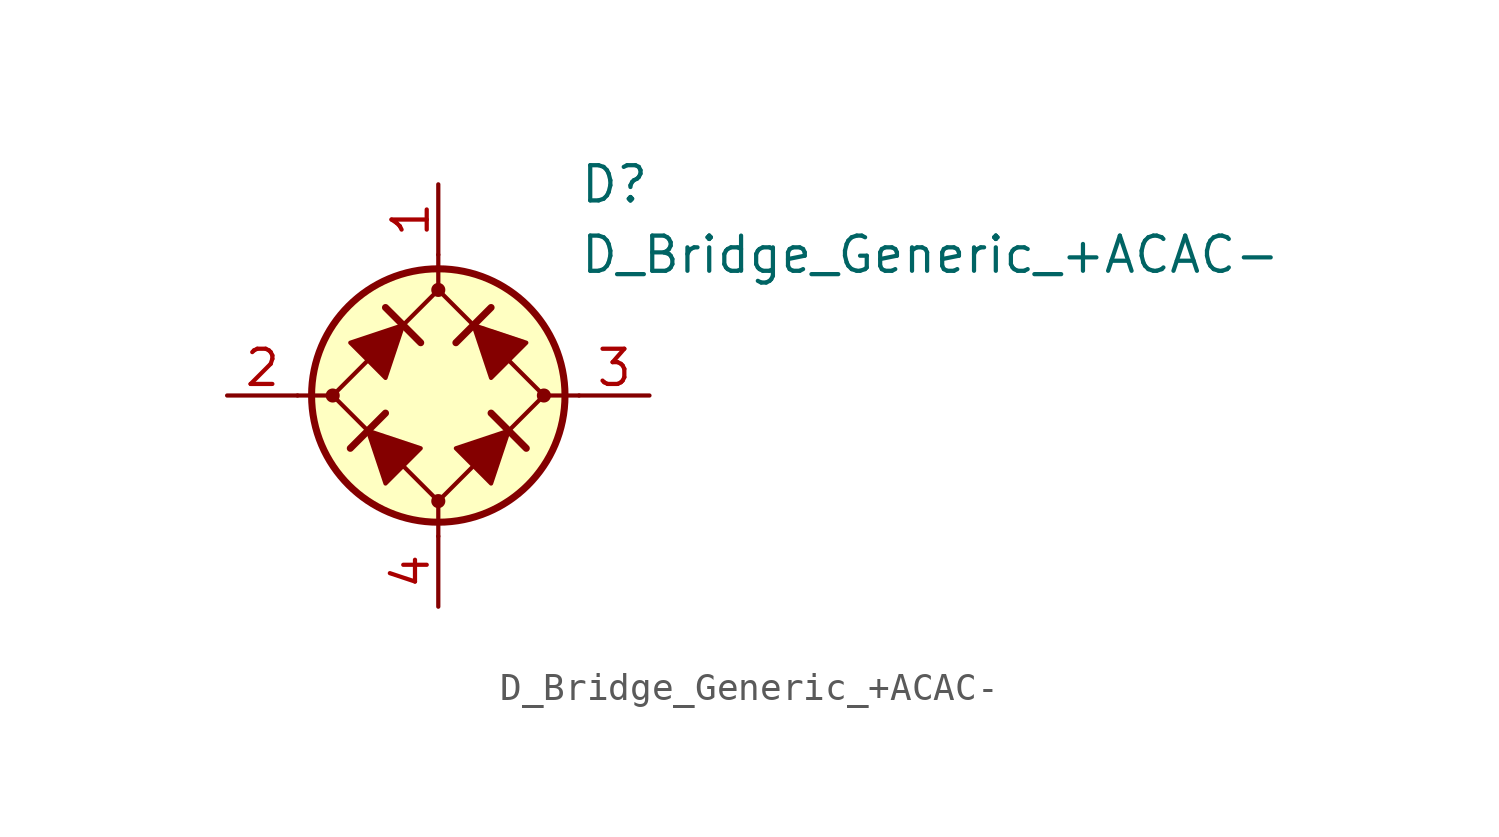
<source format=kicad_sym>
(kicad_symbol_lib
  (version 20201005)
  (generator kicad_symbol_editor)
  (symbol "Diode_Bridge_AKL:D_Bridge_Generic_+ACAC-"
    (pin_names
      (offset 1.016) hide)
    (property "Reference" "D"
      (at 5.08 7.62 0)
      (effects (font (size 1.27 1.27)) (justify left)))
    (property "Value" "D_Bridge_Generic_+ACAC-"
      (at 5.08 5.08 0)
      (effects (font (size 1.27 1.27)) (justify left)))
    (symbol "D_Bridge_Generic_+ACAC-_0_1"
      (circle (center -3.81 0) (radius 0.178) (stroke (width 0)) (fill (type outline)))
      (circle (center 0 0) (radius 4.572) (stroke (width 0.254)) (fill (type background)))
      (polyline (pts (xy -5.08 0) (xy -3.81 0)) (stroke (width 0)) (fill (type none)))
      (polyline (pts (xy -1.905 -0.635) (xy -3.175 -1.905)) (stroke (width 0.254)) (fill (type none)))
      (polyline (pts (xy -1.905 3.175) (xy -0.635 1.905)) (stroke (width 0.254)) (fill (type none)))
      (polyline (pts (xy 0 -5.08) (xy 0 -3.81)) (stroke (width 0)) (fill (type none)))
      (polyline (pts (xy 0 5.08) (xy 0 3.81)) (stroke (width 0)) (fill (type none)))
      (polyline (pts (xy 1.905 3.175) (xy 0.635 1.905)) (stroke (width 0.254)) (fill (type none)))
      (polyline (pts (xy 3.175 -1.905) (xy 1.905 -0.635)) (stroke (width 0.254)) (fill (type none)))
      (polyline (pts (xy 5.08 0) (xy 3.81 0)) (stroke (width 0)) (fill (type none)))
      (polyline (pts (xy 0 3.81) (xy -3.81 0) (xy 0 -3.81) (xy 3.81 0) (xy 0 3.81)) (stroke (width 0)) (fill (type none)))
      (polyline (pts (xy -2.54 -1.27) (xy -1.905 -3.175) (xy -0.635 -1.905) (xy -2.54 -1.27)) (stroke (width 0)) (fill (type outline)))
      (polyline (pts (xy -1.27 2.54) (xy -1.905 0.635) (xy -3.175 1.905) (xy -1.27 2.54)) (stroke (width 0)) (fill (type outline)))
      (polyline (pts (xy 1.27 2.54) (xy 3.175 1.905) (xy 1.905 0.635) (xy 1.27 2.54)) (stroke (width 0)) (fill (type outline)))
      (polyline (pts (xy 2.54 -1.27) (xy 0.635 -1.905) (xy 1.905 -3.175) (xy 2.54 -1.27)) (stroke (width 0)) (fill (type outline))))
    (symbol "D_Bridge_Generic_+ACAC-_1_1"
      (circle (center 0 -3.81) (radius 0.178) (stroke (width 0)) (fill (type outline)))
      (circle (center 0 3.81) (radius 0.178) (stroke (width 0)) (fill (type outline)))
      (circle (center 3.81 0) (radius 0.178) (stroke (width 0)) (fill (type outline)))
      (pin passive line (at 0 7.62 270) (length 2.54) (name "+" (effects (font (size 1.27 1.27)))) (number "1" (effects (font (size 1.27 1.27)))))
      (pin passive line (at -7.62 0 0) (length 2.54) (name "1" (effects (font (size 1.27 1.27)))) (number "2" (effects (font (size 1.27 1.27)))))
      (pin passive line (at 7.62 0 180) (length 2.54) (name "2" (effects (font (size 1.27 1.27)))) (number "3" (effects (font (size 1.27 1.27)))))
      (pin passive line (at 0 -7.62 90) (length 2.54) (name "-" (effects (font (size 1.27 1.27)))) (number "4" (effects (font (size 1.27 1.27))))))))
</source>
